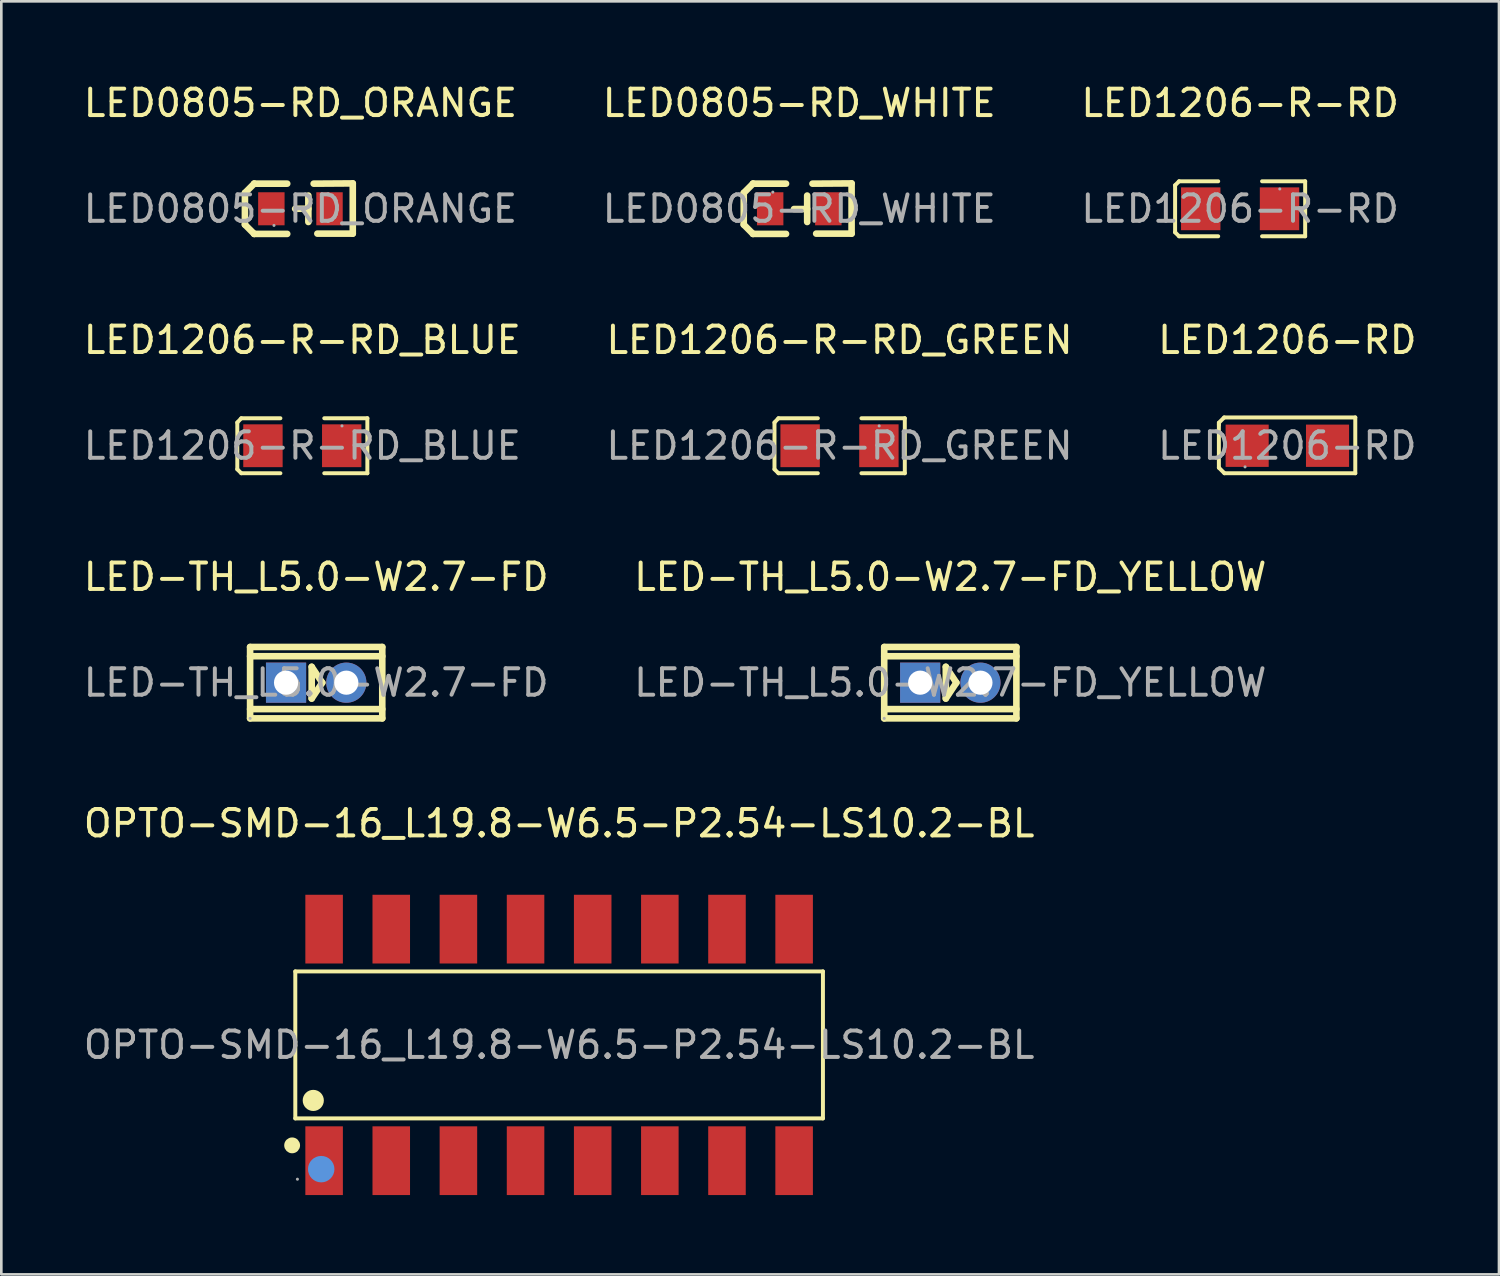
<source format=kicad_pcb>
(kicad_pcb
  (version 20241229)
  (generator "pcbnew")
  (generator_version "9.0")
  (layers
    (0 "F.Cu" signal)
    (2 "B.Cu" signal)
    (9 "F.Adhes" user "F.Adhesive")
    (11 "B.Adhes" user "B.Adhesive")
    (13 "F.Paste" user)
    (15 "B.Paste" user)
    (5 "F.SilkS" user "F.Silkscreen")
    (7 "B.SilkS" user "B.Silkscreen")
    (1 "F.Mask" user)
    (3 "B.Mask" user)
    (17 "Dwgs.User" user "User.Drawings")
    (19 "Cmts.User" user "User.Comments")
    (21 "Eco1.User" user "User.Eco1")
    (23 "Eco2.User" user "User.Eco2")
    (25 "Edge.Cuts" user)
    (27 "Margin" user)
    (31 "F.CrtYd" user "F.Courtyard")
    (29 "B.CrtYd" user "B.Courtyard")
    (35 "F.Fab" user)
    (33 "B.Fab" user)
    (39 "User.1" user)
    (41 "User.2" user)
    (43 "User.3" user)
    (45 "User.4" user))
  (footprint "LED-TH_L5.0-W2.7-FD"
    (layer "F.Cu")
    (at 8.911 22.775)
    (property "Reference" "LED-TH_L5.0-W2.7-FD" (at 0 -4 0) (layer "F.SilkS") (effects (font (size 1 1) (thickness 0.15))))
    (attr through_hole)
    (fp_line (start -2.5 -1.35) (end 2.5 -1.35) (stroke (width 0.25) (type solid)) (layer "F.SilkS"))
    (fp_line (start -2.5 -1) (end 2.5 -1) (stroke (width 0.25) (type solid)) (layer "F.SilkS"))
    (fp_line (start -2.5 1) (end 2.5 1) (stroke (width 0.25) (type solid)) (layer "F.SilkS"))
    (fp_line (start -2.5 1.35) (end -2.5 -1.35) (stroke (width 0.25) (type solid)) (layer "F.SilkS"))
    (fp_line (start -0.17 -0.6) (end 0.23 0) (stroke (width 0.25) (type solid)) (layer "F.SilkS"))
    (fp_line (start -0.17 0.6) (end -0.17 -0.6) (stroke (width 0.25) (type solid)) (layer "F.SilkS"))
    (fp_line (start 0.23 0) (end -0.17 0.6) (stroke (width 0.25) (type solid)) (layer "F.SilkS"))
    (fp_line (start 2.5 -1.35) (end 2.5 1.35) (stroke (width 0.25) (type solid)) (layer "F.SilkS"))
    (fp_line (start 2.5 1.35) (end -2.5 1.35) (stroke (width 0.25) (type solid)) (layer "F.SilkS"))
    (fp_circle (center -2.5 1.35) (end -2.47 1.35) (stroke (width 0.06) (type solid)) (fill no) (layer "F.Fab"))
    (fp_text user "${REFERENCE}" (at 0 0 0) (layer "F.Fab") (effects (font (size 1 1) (thickness 0.15))))
    (pad "1" thru_hole rect (at -1.14 0) (size 1.52 1.52) (drill 0.914) (layers "*.Cu" "*.Paste" "*.Mask"))
    (pad "2" thru_hole circle (at 1.14 0) (size 1.52 1.52) (drill 0.914) (layers "*.Cu" "*.Paste" "*.Mask")))
  (footprint "LED1206-R-RD_GREEN"
    (layer "F.Cu")
    (at 28.708 13.812)
    (property "Reference" "LED1206-R-RD_GREEN" (at 0 -4 0) (layer "F.SilkS") (effects (font (size 1 1) (thickness 0.15))))
    (attr through_hole)
    (fp_line (start -2.46 -0.88) (end -2.31 -1.04) (stroke (width 0.15) (type solid)) (layer "F.SilkS"))
    (fp_line (start -2.46 0.89) (end -2.46 -0.88) (stroke (width 0.15) (type solid)) (layer "F.SilkS"))
    (fp_line (start -2.31 -1.04) (end -0.82 -1.04) (stroke (width 0.15) (type solid)) (layer "F.SilkS"))
    (fp_line (start -2.31 1.04) (end -2.46 0.89) (stroke (width 0.15) (type solid)) (layer "F.SilkS"))
    (fp_line (start -0.82 1.04) (end -2.31 1.04) (stroke (width 0.15) (type solid)) (layer "F.SilkS"))
    (fp_line (start 0.83 1.04) (end 2.47 1.04) (stroke (width 0.15) (type solid)) (layer "F.SilkS"))
    (fp_line (start 2.47 -1.04) (end 0.83 -1.04) (stroke (width 0.15) (type solid)) (layer "F.SilkS"))
    (fp_line (start 2.47 1.04) (end 2.47 -1.04) (stroke (width 0.15) (type solid)) (layer "F.SilkS"))
    (fp_circle (center 1.5 -0.75) (end 1.53 -0.75) (stroke (width 0.06) (type solid)) (fill no) (layer "F.Fab"))
    (fp_text user "${REFERENCE}" (at 0 0 0) (layer "F.Fab") (effects (font (size 1 1) (thickness 0.15))))
    (pad "1" smd rect (at 1.49 0) (size 1.49 1.62) (layers "F.Cu" "F.Mask" "F.Paste"))
    (pad "2" smd rect (at -1.49 0) (size 1.49 1.62) (layers "F.Cu" "F.Mask" "F.Paste")))
  (footprint "LED-TH_L5.0-W2.7-FD_YELLOW"
    (layer "F.Cu")
    (at 32.899 22.775)
    (property "Reference" "LED-TH_L5.0-W2.7-FD_YELLOW" (at 0 -4 0) (layer "F.SilkS") (effects (font (size 1 1) (thickness 0.15))))
    (attr through_hole)
    (fp_line (start -2.5 -1.35) (end 2.5 -1.35) (stroke (width 0.25) (type solid)) (layer "F.SilkS"))
    (fp_line (start -2.5 -1) (end 2.5 -1) (stroke (width 0.25) (type solid)) (layer "F.SilkS"))
    (fp_line (start -2.5 1) (end 2.5 1) (stroke (width 0.25) (type solid)) (layer "F.SilkS"))
    (fp_line (start -2.5 1.35) (end -2.5 -1.35) (stroke (width 0.25) (type solid)) (layer "F.SilkS"))
    (fp_line (start -0.17 -0.6) (end 0.23 0) (stroke (width 0.25) (type solid)) (layer "F.SilkS"))
    (fp_line (start -0.17 0.6) (end -0.17 -0.6) (stroke (width 0.25) (type solid)) (layer "F.SilkS"))
    (fp_line (start 0.23 0) (end -0.17 0.6) (stroke (width 0.25) (type solid)) (layer "F.SilkS"))
    (fp_line (start 2.5 -1.35) (end 2.5 1.35) (stroke (width 0.25) (type solid)) (layer "F.SilkS"))
    (fp_line (start 2.5 1.35) (end -2.5 1.35) (stroke (width 0.25) (type solid)) (layer "F.SilkS"))
    (fp_circle (center -2.5 1.35) (end -2.47 1.35) (stroke (width 0.06) (type solid)) (fill no) (layer "F.Fab"))
    (fp_text user "${REFERENCE}" (at 0 0 0) (layer "F.Fab") (effects (font (size 1 1) (thickness 0.15))))
    (pad "1" thru_hole rect (at -1.14 0) (size 1.52 1.52) (drill 0.914) (layers "*.Cu" "*.Paste" "*.Mask"))
    (pad "2" thru_hole circle (at 1.14 0) (size 1.52 1.52) (drill 0.914) (layers "*.Cu" "*.Paste" "*.Mask")))
  (footprint "LED1206-R-RD"
    (layer "F.Cu")
    (at 43.863 4.848)
    (property "Reference" "LED1206-R-RD" (at 0 -4 0) (layer "F.SilkS") (effects (font (size 1 1) (thickness 0.15))))
    (attr through_hole)
    (fp_line (start -2.46 -0.89) (end -2.31 -1.04) (stroke (width 0.15) (type solid)) (layer "F.SilkS"))
    (fp_line (start -2.46 0.89) (end -2.46 -0.89) (stroke (width 0.15) (type solid)) (layer "F.SilkS"))
    (fp_line (start -2.31 -1.04) (end -0.83 -1.04) (stroke (width 0.15) (type solid)) (layer "F.SilkS"))
    (fp_line (start -2.31 1.04) (end -2.46 0.89) (stroke (width 0.15) (type solid)) (layer "F.SilkS"))
    (fp_line (start -0.83 1.04) (end -2.31 1.04) (stroke (width 0.15) (type solid)) (layer "F.SilkS"))
    (fp_line (start 0.83 1.04) (end 2.46 1.04) (stroke (width 0.15) (type solid)) (layer "F.SilkS"))
    (fp_line (start 2.46 -1.04) (end 0.83 -1.04) (stroke (width 0.15) (type solid)) (layer "F.SilkS"))
    (fp_line (start 2.46 1.04) (end 2.46 -1.04) (stroke (width 0.15) (type solid)) (layer "F.SilkS"))
    (fp_circle (center 1.5 -0.75) (end 1.53 -0.75) (stroke (width 0.06) (type solid)) (fill no) (layer "F.Fab"))
    (fp_text user "${REFERENCE}" (at 0 0 0) (layer "F.Fab") (effects (font (size 1 1) (thickness 0.15))))
    (pad "1" smd rect (at 1.49 0) (size 1.49 1.62) (layers "F.Cu" "F.Mask" "F.Paste"))
    (pad "2" smd rect (at -1.49 0) (size 1.49 1.62) (layers "F.Cu" "F.Mask" "F.Paste")))
  (footprint "LED1206-RD"
    (layer "F.Cu")
    (at 45.649 13.812)
    (property "Reference" "LED1206-RD" (at 0 -4 0) (layer "F.SilkS") (effects (font (size 1 1) (thickness 0.15))))
    (attr through_hole)
    (fp_line (start -2.59 -0.87) (end -2.39 -1.07) (stroke (width 0.15) (type solid)) (layer "F.SilkS"))
    (fp_line (start -2.59 -0.79) (end -2.59 -0.87) (stroke (width 0.15) (type solid)) (layer "F.SilkS"))
    (fp_line (start -2.59 -0.79) (end -2.59 0.83) (stroke (width 0.15) (type solid)) (layer "F.SilkS"))
    (fp_line (start -2.59 0.83) (end -2.38 1.04) (stroke (width 0.15) (type solid)) (layer "F.SilkS"))
    (fp_line (start -2.39 -1.07) (end 2.57 -1.07) (stroke (width 0.15) (type solid)) (layer "F.SilkS"))
    (fp_line (start 2.57 -1.07) (end 2.57 1.04) (stroke (width 0.15) (type solid)) (layer "F.SilkS"))
    (fp_line (start 2.57 1.04) (end -2.38 1.04) (stroke (width 0.15) (type solid)) (layer "F.SilkS"))
    (fp_circle (center -1.6 0.8) (end -1.57 0.8) (stroke (width 0.06) (type solid)) (fill no) (layer "F.Fab"))
    (fp_text user "${REFERENCE}" (at 0 0 0) (layer "F.Fab") (effects (font (size 1 1) (thickness 0.15))))
    (pad "1" smd rect (at -1.52 0) (size 1.63 1.6) (layers "F.Cu" "F.Mask" "F.Paste"))
    (pad "2" smd rect (at 1.52 0) (size 1.63 1.6) (layers "F.Cu" "F.Mask" "F.Paste")))
  (footprint "LED0805-RD_WHITE"
    (layer "F.Cu")
    (at 27.185 4.848)
    (property "Reference" "LED0805-RD_WHITE" (at 0 -4 0) (layer "F.SilkS") (effects (font (size 1 1) (thickness 0.15))))
    (attr through_hole)
    (fp_line (start -2.1 -0.6) (end -2.1 0.6) (stroke (width 0.25) (type solid)) (layer "F.SilkS"))
    (fp_line (start -1.75 -0.95) (end -2.1 -0.6) (stroke (width 0.25) (type solid)) (layer "F.SilkS"))
    (fp_line (start -1.75 -0.95) (end -1.75 -0.95) (stroke (width 0.25) (type solid)) (layer "F.SilkS"))
    (fp_line (start -1.75 0.95) (end -2.1 0.6) (stroke (width 0.25) (type solid)) (layer "F.SilkS"))
    (fp_line (start -1.75 0.95) (end -1.75 0.95) (stroke (width 0.25) (type solid)) (layer "F.SilkS"))
    (fp_line (start -0.5 -0.95) (end -1.75 -0.95) (stroke (width 0.25) (type solid)) (layer "F.SilkS"))
    (fp_line (start -0.5 0.95) (end -1.75 0.95) (stroke (width 0.25) (type solid)) (layer "F.SilkS"))
    (fp_line (start 0.3 -0.5) (end 0.3 0.5) (stroke (width 0.25) (type solid)) (layer "F.SilkS"))
    (fp_line (start 0.3 0.01) (end -0.2 0.01) (stroke (width 0.25) (type solid)) (layer "F.SilkS"))
    (fp_line (start 0.5 -0.95) (end 1.98 -0.96) (stroke (width 0.25) (type solid)) (layer "F.SilkS"))
    (fp_line (start 0.64 0.94) (end 1.98 0.94) (stroke (width 0.25) (type solid)) (layer "F.SilkS"))
    (fp_line (start 1.98 -0.96) (end 1.98 0.94) (stroke (width 0.25) (type solid)) (layer "F.SilkS"))
    (fp_circle (center -1 -0.63) (end -0.97 -0.63) (stroke (width 0.06) (type solid)) (fill no) (layer "F.Fab"))
    (fp_text user "${REFERENCE}" (at 0 0 0) (layer "F.Fab") (effects (font (size 1 1) (thickness 0.15))))
    (pad "1" smd rect (at -1.1 0 180) (size 1 1.25) (layers "F.Cu" "F.Mask" "F.Paste"))
    (pad "2" smd rect (at 1.1 0 180) (size 1 1.25) (layers "F.Cu" "F.Mask" "F.Paste")))
  (footprint "LED1206-R-RD_BLUE"
    (layer "F.Cu")
    (at 8.387 13.812)
    (property "Reference" "LED1206-R-RD_BLUE" (at 0 -4 0) (layer "F.SilkS") (effects (font (size 1 1) (thickness 0.15))))
    (attr through_hole)
    (fp_line (start -2.46 -0.88) (end -2.31 -1.04) (stroke (width 0.15) (type solid)) (layer "F.SilkS"))
    (fp_line (start -2.46 0.89) (end -2.46 -0.88) (stroke (width 0.15) (type solid)) (layer "F.SilkS"))
    (fp_line (start -2.31 -1.04) (end -0.83 -1.04) (stroke (width 0.15) (type solid)) (layer "F.SilkS"))
    (fp_line (start -2.31 1.04) (end -2.46 0.89) (stroke (width 0.15) (type solid)) (layer "F.SilkS"))
    (fp_line (start -0.83 1.04) (end -2.31 1.04) (stroke (width 0.15) (type solid)) (layer "F.SilkS"))
    (fp_line (start 0.83 1.04) (end 2.46 1.04) (stroke (width 0.15) (type solid)) (layer "F.SilkS"))
    (fp_line (start 2.46 -1.04) (end 0.83 -1.04) (stroke (width 0.15) (type solid)) (layer "F.SilkS"))
    (fp_line (start 2.46 1.04) (end 2.46 -1.04) (stroke (width 0.15) (type solid)) (layer "F.SilkS"))
    (fp_circle (center 1.5 -0.75) (end 1.53 -0.75) (stroke (width 0.06) (type solid)) (fill no) (layer "F.Fab"))
    (fp_text user "${REFERENCE}" (at 0 0 0) (layer "F.Fab") (effects (font (size 1 1) (thickness 0.15))))
    (pad "1" smd rect (at 1.49 0) (size 1.49 1.62) (layers "F.Cu" "F.Mask" "F.Paste"))
    (pad "2" smd rect (at -1.49 0) (size 1.49 1.62) (layers "F.Cu" "F.Mask" "F.Paste")))
  (footprint "OPTO-SMD-16_L19.8-W6.5-P2.54-LS10.2-BL"
    (layer "F.Cu")
    (at 18.101 36.478)
    (property "Reference" "OPTO-SMD-16_L19.8-W6.5-P2.54-LS10.2-BL" (at 0 -8.38 0) (layer "F.SilkS") (effects (font (size 1 1) (thickness 0.15))))
    (attr through_hole)
    (fp_line (start -9.98 -2.78) (end 9.98 -2.78) (stroke (width 0.15) (type solid)) (layer "F.SilkS"))
    (fp_line (start -9.98 2.78) (end -9.98 -2.78) (stroke (width 0.15) (type solid)) (layer "F.SilkS"))
    (fp_line (start 9.98 -2.78) (end 9.98 2.78) (stroke (width 0.15) (type solid)) (layer "F.SilkS"))
    (fp_line (start 9.98 2.78) (end -9.98 2.78) (stroke (width 0.15) (type solid)) (layer "F.SilkS"))
    (fp_circle (center -10.1 3.8) (end -9.95 3.8) (stroke (width 0.3) (type solid)) (fill no) (layer "F.SilkS"))
    (fp_circle (center -9.3 2.1) (end -9.1 2.1) (stroke (width 0.4) (type solid)) (fill no) (layer "F.SilkS"))
    (fp_circle (center -9 4.7) (end -8.75 4.7) (stroke (width 0.5) (type solid)) (fill no) (layer "Cmts.User"))
    (fp_circle (center -9.9 5.08) (end -9.87 5.08) (stroke (width 0.06) (type solid)) (fill no) (layer "F.Fab"))
    (fp_text user "${REFERENCE}" (at 0 0 0) (layer "F.Fab") (effects (font (size 1 1) (thickness 0.15))))
    (pad "1" smd rect (at -8.89 4.38) (size 1.42 2.6) (layers "F.Cu" "F.Mask" "F.Paste"))
    (pad "2" smd rect (at -6.35 4.38) (size 1.42 2.6) (layers "F.Cu" "F.Mask" "F.Paste"))
    (pad "3" smd rect (at -3.81 4.38) (size 1.42 2.6) (layers "F.Cu" "F.Mask" "F.Paste"))
    (pad "4" smd rect (at -1.27 4.38) (size 1.42 2.6) (layers "F.Cu" "F.Mask" "F.Paste"))
    (pad "5" smd rect (at 1.27 4.38) (size 1.42 2.6) (layers "F.Cu" "F.Mask" "F.Paste"))
    (pad "6" smd rect (at 3.81 4.38) (size 1.42 2.6) (layers "F.Cu" "F.Mask" "F.Paste"))
    (pad "7" smd rect (at 6.35 4.38) (size 1.42 2.6) (layers "F.Cu" "F.Mask" "F.Paste"))
    (pad "8" smd rect (at 8.89 4.38) (size 1.42 2.6) (layers "F.Cu" "F.Mask" "F.Paste"))
    (pad "9" smd rect (at 8.89 -4.38) (size 1.42 2.6) (layers "F.Cu" "F.Mask" "F.Paste"))
    (pad "10" smd rect (at 6.35 -4.38) (size 1.42 2.6) (layers "F.Cu" "F.Mask" "F.Paste"))
    (pad "11" smd rect (at 3.81 -4.38) (size 1.42 2.6) (layers "F.Cu" "F.Mask" "F.Paste"))
    (pad "12" smd rect (at 1.27 -4.38) (size 1.42 2.6) (layers "F.Cu" "F.Mask" "F.Paste"))
    (pad "13" smd rect (at -1.27 -4.38) (size 1.42 2.6) (layers "F.Cu" "F.Mask" "F.Paste"))
    (pad "14" smd rect (at -3.81 -4.38) (size 1.42 2.6) (layers "F.Cu" "F.Mask" "F.Paste"))
    (pad "15" smd rect (at -6.35 -4.38) (size 1.42 2.6) (layers "F.Cu" "F.Mask" "F.Paste"))
    (pad "16" smd rect (at -8.89 -4.38) (size 1.42 2.6) (layers "F.Cu" "F.Mask" "F.Paste")))
  (footprint "LED0805-RD_ORANGE"
    (layer "F.Cu")
    (at 8.315 4.848)
    (property "Reference" "LED0805-RD_ORANGE" (at 0 -4 0) (layer "F.SilkS") (effects (font (size 1 1) (thickness 0.15))))
    (attr through_hole)
    (fp_line (start -2.1 -0.6) (end -2.1 0.6) (stroke (width 0.25) (type solid)) (layer "F.SilkS"))
    (fp_line (start -1.75 -0.95) (end -2.1 -0.6) (stroke (width 0.25) (type solid)) (layer "F.SilkS"))
    (fp_line (start -1.75 -0.95) (end -1.75 -0.95) (stroke (width 0.25) (type solid)) (layer "F.SilkS"))
    (fp_line (start -1.75 0.95) (end -2.1 0.6) (stroke (width 0.25) (type solid)) (layer "F.SilkS"))
    (fp_line (start -1.75 0.95) (end -1.75 0.95) (stroke (width 0.25) (type solid)) (layer "F.SilkS"))
    (fp_line (start -0.5 -0.95) (end -1.75 -0.95) (stroke (width 0.25) (type solid)) (layer "F.SilkS"))
    (fp_line (start -0.5 0.95) (end -1.75 0.95) (stroke (width 0.25) (type solid)) (layer "F.SilkS"))
    (fp_line (start 0.3 -0.5) (end 0.3 0.5) (stroke (width 0.25) (type solid)) (layer "F.SilkS"))
    (fp_line (start 0.3 0) (end -0.2 0) (stroke (width 0.25) (type solid)) (layer "F.SilkS"))
    (fp_line (start 0.5 -0.95) (end 1.98 -0.96) (stroke (width 0.25) (type solid)) (layer "F.SilkS"))
    (fp_line (start 0.64 0.94) (end 1.98 0.94) (stroke (width 0.25) (type solid)) (layer "F.SilkS"))
    (fp_line (start 1.98 -0.96) (end 1.98 0.94) (stroke (width 0.25) (type solid)) (layer "F.SilkS"))
    (fp_circle (center -1 0.63) (end -0.97 0.63) (stroke (width 0.06) (type solid)) (fill no) (layer "F.Fab"))
    (fp_text user "${REFERENCE}" (at 0 0 0) (layer "F.Fab") (effects (font (size 1 1) (thickness 0.15))))
    (pad "1" smd rect (at -1.1 0 180) (size 1 1.25) (layers "F.Cu" "F.Mask" "F.Paste"))
    (pad "2" smd rect (at 1.1 0 180) (size 1 1.25) (layers "F.Cu" "F.Mask" "F.Paste")))
  (gr_rect
    (start -3 -3)
    (end 53.655 45.158)
    (stroke (width 0.1) (type default))
    (fill no)
    (layer "Edge.Cuts")))
</source>
